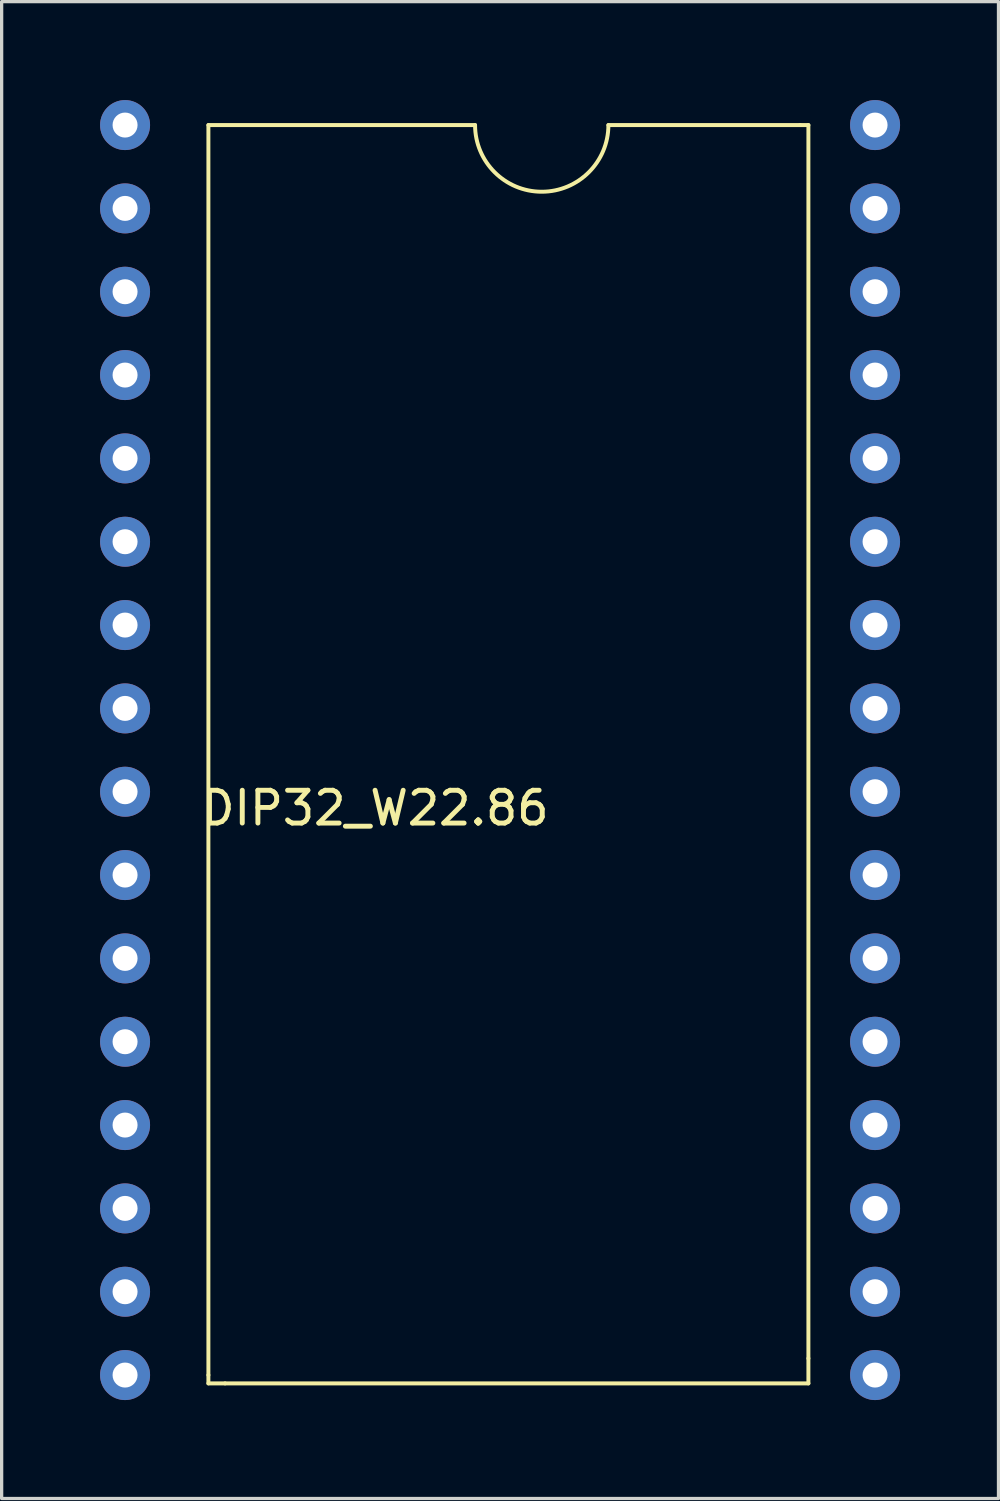
<source format=kicad_pcb>
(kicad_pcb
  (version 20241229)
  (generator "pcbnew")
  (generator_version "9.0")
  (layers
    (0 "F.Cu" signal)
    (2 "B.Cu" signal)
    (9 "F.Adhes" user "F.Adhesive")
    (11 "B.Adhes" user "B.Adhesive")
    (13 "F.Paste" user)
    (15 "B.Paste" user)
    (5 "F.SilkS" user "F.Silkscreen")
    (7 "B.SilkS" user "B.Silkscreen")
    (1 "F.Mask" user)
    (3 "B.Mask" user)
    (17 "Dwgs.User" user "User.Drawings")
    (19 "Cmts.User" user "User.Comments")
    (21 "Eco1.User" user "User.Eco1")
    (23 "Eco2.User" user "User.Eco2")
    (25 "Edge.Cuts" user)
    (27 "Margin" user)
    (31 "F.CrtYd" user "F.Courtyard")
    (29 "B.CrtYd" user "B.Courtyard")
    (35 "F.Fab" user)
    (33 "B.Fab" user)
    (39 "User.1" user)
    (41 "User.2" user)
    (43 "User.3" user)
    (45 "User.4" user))
  (footprint "DIP32_W22.86"
    (layer "F.Cu")
    (at 13.462 18.542)
    (property "Reference" "DIP32_W22.86" (at -5.08 3.04 0) (layer "F.SilkS") (effects (font (size 1 1) (thickness 0.15))))
    (attr through_hole)
    (fp_line (start -10.16 -17.78) (end -2.032 -17.78) (stroke (width 0.12) (type solid)) (layer "F.SilkS"))
    (fp_line (start -10.16 20.32) (end -10.16 -17.78) (stroke (width 0.12) (type solid)) (layer "F.SilkS"))
    (fp_line (start -10.16 20.32) (end -10.16 20.574) (stroke (width 0.12) (type solid)) (layer "F.SilkS"))
    (fp_line (start -9.652 20.574) (end -10.16 20.574) (stroke (width 0.12) (type solid)) (layer "F.SilkS"))
    (fp_line (start -9.652 20.574) (end 8.128 20.574) (stroke (width 0.12) (type solid)) (layer "F.SilkS"))
    (fp_line (start 2.032 -17.78) (end 7.874 -17.78) (stroke (width 0.12) (type solid)) (layer "F.SilkS"))
    (fp_line (start 7.874 -17.78) (end 8.128 -17.78) (stroke (width 0.12) (type solid)) (layer "F.SilkS"))
    (fp_line (start 8.128 -17.78) (end 8.128 19.812) (stroke (width 0.12) (type solid)) (layer "F.SilkS"))
    (fp_line (start 8.128 19.812) (end 8.128 20.574) (stroke (width 0.12) (type solid)) (layer "F.SilkS"))
    (fp_arc (start 2.032 -17.78) (mid 0 -15.748) (end -2.032 -17.78) (stroke (width 0.12) (type solid)) (layer "F.SilkS"))
    (pad "1" thru_hole circle (at -12.7 -17.78) (size 1.524 1.524) (drill 0.762) (layers "*.Cu" "*.Mask"))
    (pad "2" thru_hole circle (at -12.7 -15.24) (size 1.524 1.524) (drill 0.762) (layers "*.Cu" "*.Mask"))
    (pad "3" thru_hole circle (at -12.7 -12.7) (size 1.524 1.524) (drill 0.762) (layers "*.Cu" "*.Mask"))
    (pad "4" thru_hole circle (at -12.7 -10.16) (size 1.524 1.524) (drill 0.762) (layers "*.Cu" "*.Mask"))
    (pad "5" thru_hole circle (at -12.7 -7.62) (size 1.524 1.524) (drill 0.762) (layers "*.Cu" "*.Mask"))
    (pad "6" thru_hole circle (at -12.7 -5.08) (size 1.524 1.524) (drill 0.762) (layers "*.Cu" "*.Mask"))
    (pad "7" thru_hole circle (at -12.7 -2.54) (size 1.524 1.524) (drill 0.762) (layers "*.Cu" "*.Mask"))
    (pad "8" thru_hole circle (at -12.7 0) (size 1.524 1.524) (drill 0.762) (layers "*.Cu" "*.Mask"))
    (pad "9" thru_hole circle (at -12.7 2.54) (size 1.524 1.524) (drill 0.762) (layers "*.Cu" "*.Mask"))
    (pad "10" thru_hole circle (at -12.7 5.08) (size 1.524 1.524) (drill 0.762) (layers "*.Cu" "*.Mask"))
    (pad "11" thru_hole circle (at -12.7 7.62) (size 1.524 1.524) (drill 0.762) (layers "*.Cu" "*.Mask"))
    (pad "12" thru_hole circle (at -12.7 10.16) (size 1.524 1.524) (drill 0.762) (layers "*.Cu" "*.Mask"))
    (pad "13" thru_hole circle (at -12.7 12.7) (size 1.524 1.524) (drill 0.762) (layers "*.Cu" "*.Mask"))
    (pad "14" thru_hole circle (at -12.7 15.24) (size 1.524 1.524) (drill 0.762) (layers "*.Cu" "*.Mask"))
    (pad "15" thru_hole circle (at -12.7 17.78) (size 1.524 1.524) (drill 0.762) (layers "*.Cu" "*.Mask"))
    (pad "16" thru_hole circle (at -12.7 20.32) (size 1.524 1.524) (drill 0.762) (layers "*.Cu" "*.Mask"))
    (pad "17" thru_hole circle (at 10.16 20.32) (size 1.524 1.524) (drill 0.762) (layers "*.Cu" "*.Mask"))
    (pad "18" thru_hole circle (at 10.16 17.78) (size 1.524 1.524) (drill 0.762) (layers "*.Cu" "*.Mask"))
    (pad "19" thru_hole circle (at 10.16 15.24) (size 1.524 1.524) (drill 0.762) (layers "*.Cu" "*.Mask"))
    (pad "20" thru_hole circle (at 10.16 12.7) (size 1.524 1.524) (drill 0.762) (layers "*.Cu" "*.Mask"))
    (pad "21" thru_hole circle (at 10.16 10.16) (size 1.524 1.524) (drill 0.762) (layers "*.Cu" "*.Mask"))
    (pad "22" thru_hole circle (at 10.16 7.62) (size 1.524 1.524) (drill 0.762) (layers "*.Cu" "*.Mask"))
    (pad "23" thru_hole circle (at 10.16 5.08) (size 1.524 1.524) (drill 0.762) (layers "*.Cu" "*.Mask"))
    (pad "24" thru_hole circle (at 10.16 2.54) (size 1.524 1.524) (drill 0.762) (layers "*.Cu" "*.Mask"))
    (pad "25" thru_hole circle (at 10.16 0) (size 1.524 1.524) (drill 0.762) (layers "*.Cu" "*.Mask"))
    (pad "26" thru_hole circle (at 10.16 -2.54) (size 1.524 1.524) (drill 0.762) (layers "*.Cu" "*.Mask"))
    (pad "27" thru_hole circle (at 10.16 -5.08) (size 1.524 1.524) (drill 0.762) (layers "*.Cu" "*.Mask"))
    (pad "28" thru_hole circle (at 10.16 -7.62) (size 1.524 1.524) (drill 0.762) (layers "*.Cu" "*.Mask"))
    (pad "29" thru_hole circle (at 10.16 -10.16) (size 1.524 1.524) (drill 0.762) (layers "*.Cu" "*.Mask"))
    (pad "30" thru_hole circle (at 10.16 -12.7) (size 1.524 1.524) (drill 0.762) (layers "*.Cu" "*.Mask"))
    (pad "31" thru_hole circle (at 10.16 -15.24) (size 1.524 1.524) (drill 0.762) (layers "*.Cu" "*.Mask"))
    (pad "32" thru_hole circle (at 10.16 -17.78) (size 1.524 1.524) (drill 0.762) (layers "*.Cu" "*.Mask")))
  (gr_rect
    (start -3 -3)
    (end 27.384 42.624)
    (stroke (width 0.1) (type default))
    (fill no)
    (layer "Edge.Cuts")))
</source>
